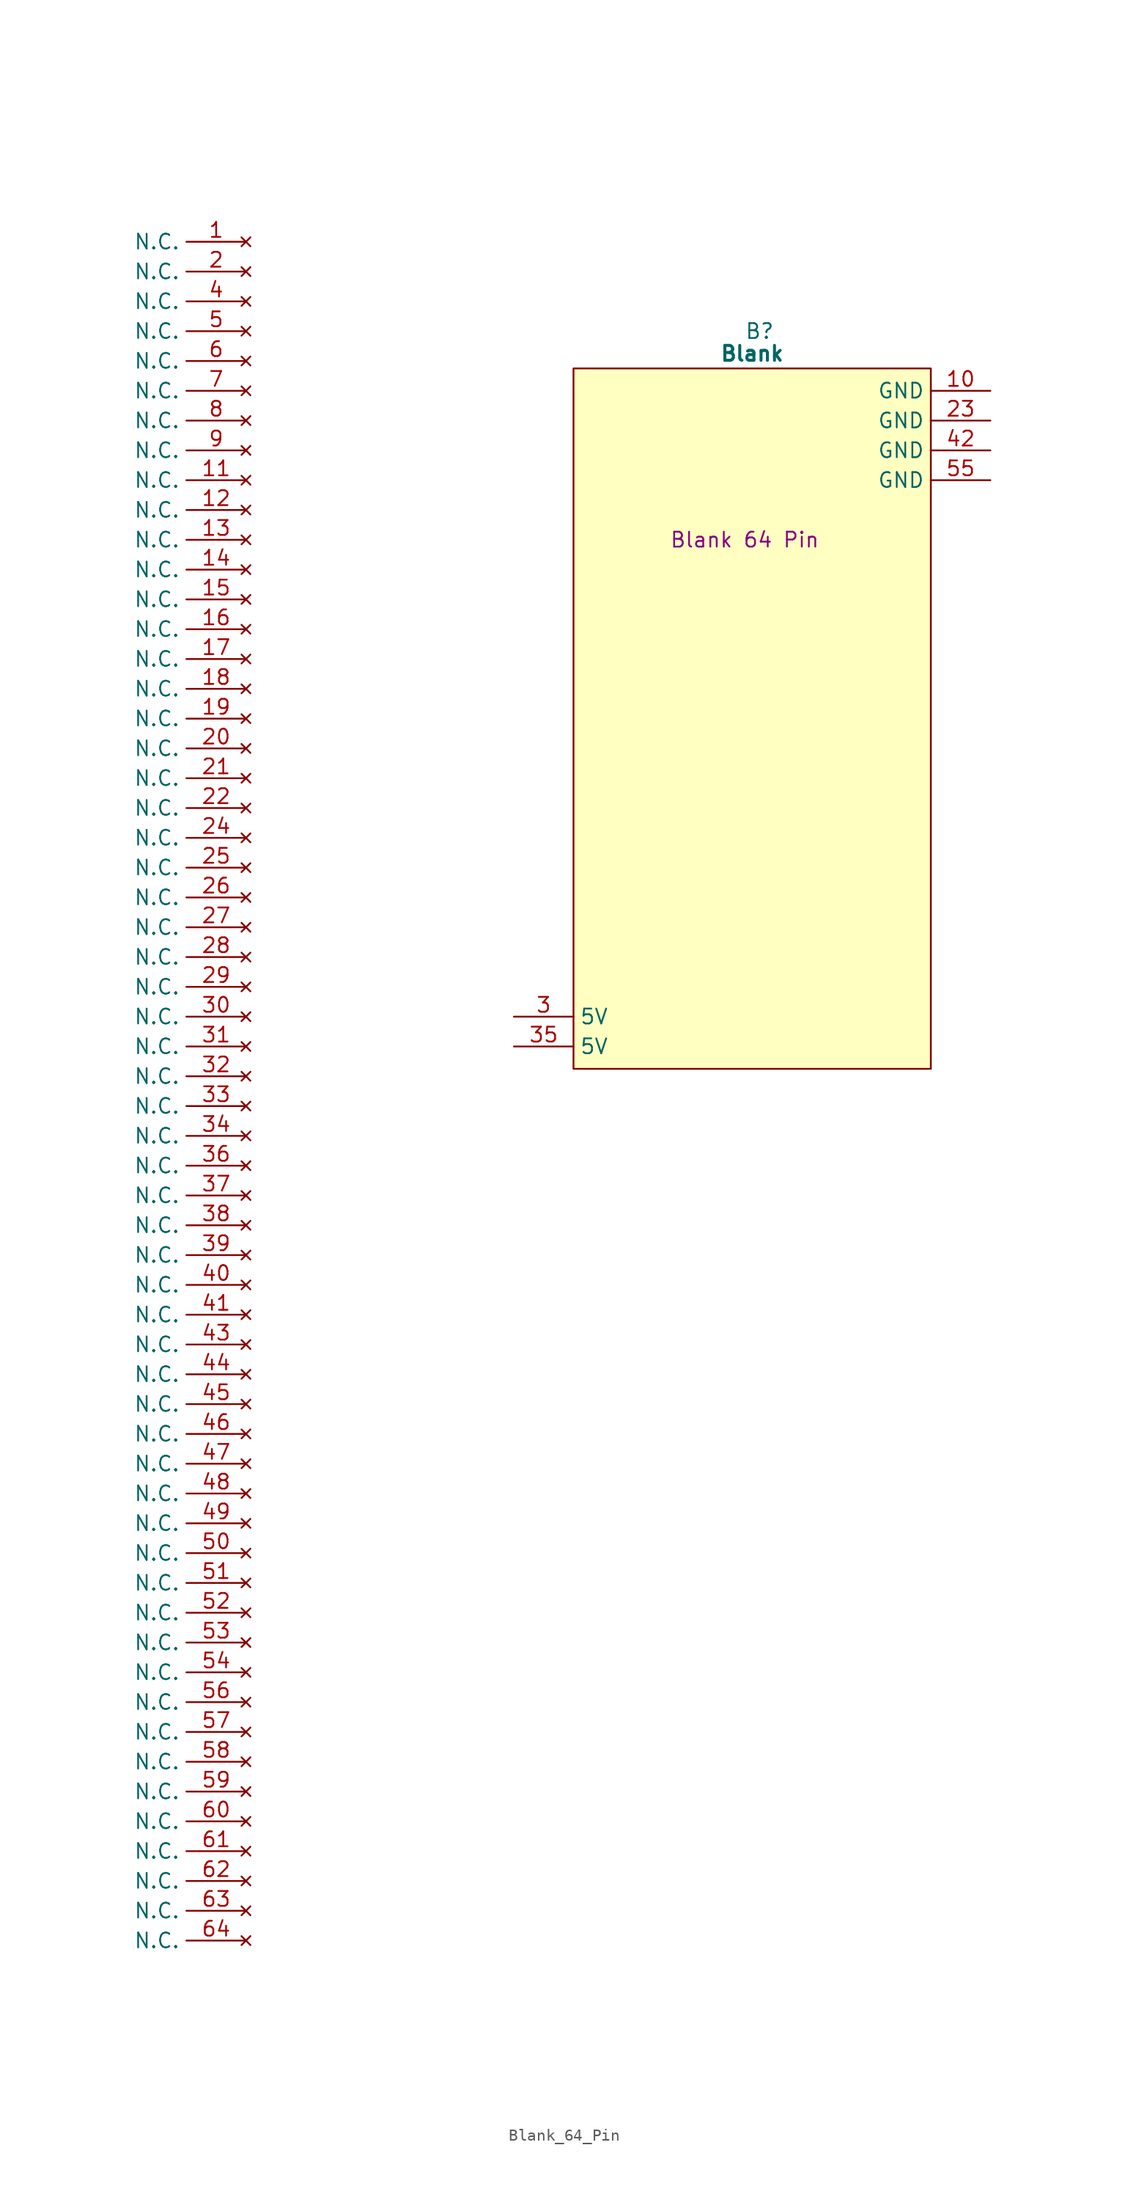
<source format=kicad_sym>
(kicad_symbol_lib
  (version 20241209)
  (generator "kicad_symbol_editor")
  (generator_version "9.0")
  (symbol "Blank_64_Pin"
    (property "Reference" "B"
      (at 15.875 5.08 0)
      (effects (font (size 1.27 1.27))))
    (property "Value" "Blank"
      (at 15.24 3.175 0)
      (effects (font (size 1.27 1.27) (bold yes))))
    (property "Description" "Blank 64 Pin"
      (at 14.605 -12.7 0)
      (effects (font (size 1.27 1.27))))
    (symbol "Blank_64_Pin_0_1"
      (polyline (pts (xy 0 1.905) (xy 30.48 1.905) (xy 30.48 -57.785) (xy 0 -57.785) (xy 0 1.905)) (stroke (width 0.152) (type default)) (fill (type background))))
    (symbol "Blank_64_Pin_1_0"
      (pin no_connect line (at -27.94 -58.42 180) (length 5.08) (name "N.C." (effects (font (size 1.27 1.27)))) (number "32" (effects (font (size 1.27 1.27)))))
      (pin no_connect line (at -27.94 -60.96 180) (length 5.08) (name "N.C." (effects (font (size 1.27 1.27)))) (number "33" (effects (font (size 1.27 1.27)))))
      (pin no_connect line (at -27.94 -63.5 180) (length 5.08) (name "N.C." (effects (font (size 1.27 1.27)))) (number "34" (effects (font (size 1.27 1.27)))))
      (pin no_connect line (at -27.94 -66.04 180) (length 5.08) (name "N.C." (effects (font (size 1.27 1.27)))) (number "36" (effects (font (size 1.27 1.27)))))
      (pin no_connect line (at -27.94 -68.58 180) (length 5.08) (name "N.C." (effects (font (size 1.27 1.27)))) (number "37" (effects (font (size 1.27 1.27)))))
      (pin no_connect line (at -27.94 -71.12 180) (length 5.08) (name "N.C." (effects (font (size 1.27 1.27)))) (number "38" (effects (font (size 1.27 1.27)))))
      (pin no_connect line (at -27.94 -73.66 180) (length 5.08) (name "N.C." (effects (font (size 1.27 1.27)))) (number "39" (effects (font (size 1.27 1.27)))))
      (pin no_connect line (at -27.94 -86.36 180) (length 5.08) (name "N.C." (effects (font (size 1.27 1.27)))) (number "45" (effects (font (size 1.27 1.27)))))
      (pin no_connect line (at -27.94 -109.22 180) (length 5.08) (name "N.C." (effects (font (size 1.27 1.27)))) (number "54" (effects (font (size 1.27 1.27)))))
      (pin no_connect line (at -27.94 -111.76 180) (length 5.08) (name "N.C." (effects (font (size 1.27 1.27)))) (number "56" (effects (font (size 1.27 1.27)))))
      (pin no_connect line (at -27.94 -114.3 180) (length 5.08) (name "N.C." (effects (font (size 1.27 1.27)))) (number "57" (effects (font (size 1.27 1.27)))))
      (pin no_connect line (at -27.94 -116.84 180) (length 5.08) (name "N.C." (effects (font (size 1.27 1.27)))) (number "58" (effects (font (size 1.27 1.27)))))
      (pin no_connect line (at -27.94 -119.38 180) (length 5.08) (name "N.C." (effects (font (size 1.27 1.27)))) (number "59" (effects (font (size 1.27 1.27)))))
      (pin no_connect line (at -27.94 -121.92 180) (length 5.08) (name "N.C." (effects (font (size 1.27 1.27)))) (number "60" (effects (font (size 1.27 1.27)))))
      (pin no_connect line (at -27.94 -124.46 180) (length 5.08) (name "N.C." (effects (font (size 1.27 1.27)))) (number "61" (effects (font (size 1.27 1.27))))))
    (symbol "Blank_64_Pin_1_1"
      (pin no_connect line (at -27.94 12.7 180) (length 5.08) (name "N.C." (effects (font (size 1.27 1.27)))) (number "1" (effects (font (size 1.27 1.27)))))
      (pin no_connect line (at -27.94 10.16 180) (length 5.08) (name "N.C." (effects (font (size 1.27 1.27)))) (number "2" (effects (font (size 1.27 1.27)))))
      (pin no_connect line (at -27.94 7.62 180) (length 5.08) (name "N.C." (effects (font (size 1.27 1.27)))) (number "4" (effects (font (size 1.27 1.27)))))
      (pin no_connect line (at -27.94 5.08 180) (length 5.08) (name "N.C." (effects (font (size 1.27 1.27)))) (number "5" (effects (font (size 1.27 1.27)))))
      (pin no_connect line (at -27.94 2.54 180) (length 5.08) (name "N.C." (effects (font (size 1.27 1.27)))) (number "6" (effects (font (size 1.27 1.27)))))
      (pin no_connect line (at -27.94 0 180) (length 5.08) (name "N.C." (effects (font (size 1.27 1.27)))) (number "7" (effects (font (size 1.27 1.27)))))
      (pin no_connect line (at -27.94 -2.54 180) (length 5.08) (name "N.C." (effects (font (size 1.27 1.27)))) (number "8" (effects (font (size 1.27 1.27)))))
      (pin no_connect line (at -27.94 -5.08 180) (length 5.08) (name "N.C." (effects (font (size 1.27 1.27)))) (number "9" (effects (font (size 1.27 1.27)))))
      (pin no_connect line (at -27.94 -7.62 180) (length 5.08) (name "N.C." (effects (font (size 1.27 1.27)))) (number "11" (effects (font (size 1.27 1.27)))))
      (pin no_connect line (at -27.94 -10.16 180) (length 5.08) (name "N.C." (effects (font (size 1.27 1.27)))) (number "12" (effects (font (size 1.27 1.27)))))
      (pin no_connect line (at -27.94 -12.7 180) (length 5.08) (name "N.C." (effects (font (size 1.27 1.27)))) (number "13" (effects (font (size 1.27 1.27)))))
      (pin no_connect line (at -27.94 -15.24 180) (length 5.08) (name "N.C." (effects (font (size 1.27 1.27)))) (number "14" (effects (font (size 1.27 1.27)))))
      (pin no_connect line (at -27.94 -17.78 180) (length 5.08) (name "N.C." (effects (font (size 1.27 1.27)))) (number "15" (effects (font (size 1.27 1.27)))))
      (pin no_connect line (at -27.94 -20.32 180) (length 5.08) (name "N.C." (effects (font (size 1.27 1.27)))) (number "16" (effects (font (size 1.27 1.27)))))
      (pin no_connect line (at -27.94 -22.86 180) (length 5.08) (name "N.C." (effects (font (size 1.27 1.27)))) (number "17" (effects (font (size 1.27 1.27)))))
      (pin no_connect line (at -27.94 -25.4 180) (length 5.08) (name "N.C." (effects (font (size 1.27 1.27)))) (number "18" (effects (font (size 1.27 1.27)))))
      (pin no_connect line (at -27.94 -27.94 180) (length 5.08) (name "N.C." (effects (font (size 1.27 1.27)))) (number "19" (effects (font (size 1.27 1.27)))))
      (pin no_connect line (at -27.94 -30.48 180) (length 5.08) (name "N.C." (effects (font (size 1.27 1.27)))) (number "20" (effects (font (size 1.27 1.27)))))
      (pin no_connect line (at -27.94 -33.02 180) (length 5.08) (name "N.C." (effects (font (size 1.27 1.27)))) (number "21" (effects (font (size 1.27 1.27)))))
      (pin no_connect line (at -27.94 -35.56 180) (length 5.08) (name "N.C." (effects (font (size 1.27 1.27)))) (number "22" (effects (font (size 1.27 1.27)))))
      (pin no_connect line (at -27.94 -38.1 180) (length 5.08) (name "N.C." (effects (font (size 1.27 1.27)))) (number "24" (effects (font (size 1.27 1.27)))))
      (pin no_connect line (at -27.94 -40.64 180) (length 5.08) (name "N.C." (effects (font (size 1.27 1.27)))) (number "25" (effects (font (size 1.27 1.27)))))
      (pin no_connect line (at -27.94 -43.18 180) (length 5.08) (name "N.C." (effects (font (size 1.27 1.27)))) (number "26" (effects (font (size 1.27 1.27)))))
      (pin no_connect line (at -27.94 -45.72 180) (length 5.08) (name "N.C." (effects (font (size 1.27 1.27)))) (number "27" (effects (font (size 1.27 1.27)))))
      (pin no_connect line (at -27.94 -48.26 180) (length 5.08) (name "N.C." (effects (font (size 1.27 1.27)))) (number "28" (effects (font (size 1.27 1.27)))))
      (pin no_connect line (at -27.94 -50.8 180) (length 5.08) (name "N.C." (effects (font (size 1.27 1.27)))) (number "29" (effects (font (size 1.27 1.27)))))
      (pin no_connect line (at -27.94 -53.34 180) (length 5.08) (name "N.C." (effects (font (size 1.27 1.27)))) (number "30" (effects (font (size 1.27 1.27)))))
      (pin no_connect line (at -27.94 -55.88 180) (length 5.08) (name "N.C." (effects (font (size 1.27 1.27)))) (number "31" (effects (font (size 1.27 1.27)))))
      (pin no_connect line (at -27.94 -76.2 180) (length 5.08) (name "N.C." (effects (font (size 1.27 1.27)))) (number "40" (effects (font (size 1.27 1.27)))))
      (pin no_connect line (at -27.94 -78.74 180) (length 5.08) (name "N.C." (effects (font (size 1.27 1.27)))) (number "41" (effects (font (size 1.27 1.27)))))
      (pin no_connect line (at -27.94 -81.28 180) (length 5.08) (name "N.C." (effects (font (size 1.27 1.27)))) (number "43" (effects (font (size 1.27 1.27)))))
      (pin no_connect line (at -27.94 -83.82 180) (length 5.08) (name "N.C." (effects (font (size 1.27 1.27)))) (number "44" (effects (font (size 1.27 1.27)))))
      (pin no_connect line (at -27.94 -88.9 180) (length 5.08) (name "N.C." (effects (font (size 1.27 1.27)))) (number "46" (effects (font (size 1.27 1.27)))))
      (pin no_connect line (at -27.94 -91.44 180) (length 5.08) (name "N.C." (effects (font (size 1.27 1.27)))) (number "47" (effects (font (size 1.27 1.27)))))
      (pin no_connect line (at -27.94 -93.98 180) (length 5.08) (name "N.C." (effects (font (size 1.27 1.27)))) (number "48" (effects (font (size 1.27 1.27)))))
      (pin no_connect line (at -27.94 -96.52 180) (length 5.08) (name "N.C." (effects (font (size 1.27 1.27)))) (number "49" (effects (font (size 1.27 1.27)))))
      (pin no_connect line (at -27.94 -99.06 180) (length 5.08) (name "N.C." (effects (font (size 1.27 1.27)))) (number "50" (effects (font (size 1.27 1.27)))))
      (pin no_connect line (at -27.94 -101.6 180) (length 5.08) (name "N.C." (effects (font (size 1.27 1.27)))) (number "51" (effects (font (size 1.27 1.27)))))
      (pin no_connect line (at -27.94 -104.14 180) (length 5.08) (name "N.C." (effects (font (size 1.27 1.27)))) (number "52" (effects (font (size 1.27 1.27)))))
      (pin no_connect line (at -27.94 -106.68 180) (length 5.08) (name "N.C." (effects (font (size 1.27 1.27)))) (number "53" (effects (font (size 1.27 1.27)))))
      (pin no_connect line (at -27.94 -127 180) (length 5.08) (name "N.C." (effects (font (size 1.27 1.27)))) (number "62" (effects (font (size 1.27 1.27)))))
      (pin no_connect line (at -27.94 -129.54 180) (length 5.08) (name "N.C." (effects (font (size 1.27 1.27)))) (number "63" (effects (font (size 1.27 1.27)))))
      (pin no_connect line (at -27.94 -132.08 180) (length 5.08) (name "N.C." (effects (font (size 1.27 1.27)))) (number "64" (effects (font (size 1.27 1.27)))))
      (pin passive line (at -5.08 -53.34 0) (length 5.08) (name "5V" (effects (font (size 1.27 1.27)))) (number "3" (effects (font (size 1.27 1.27)))))
      (pin passive line (at -5.08 -55.88 0) (length 5.08) (name "5V" (effects (font (size 1.27 1.27)))) (number "35" (effects (font (size 1.27 1.27)))))
      (pin passive line (at 35.56 0 180) (length 5.08) (name "GND" (effects (font (size 1.27 1.27)))) (number "10" (effects (font (size 1.27 1.27)))))
      (pin passive line (at 35.56 -2.54 180) (length 5.08) (name "GND" (effects (font (size 1.27 1.27)))) (number "23" (effects (font (size 1.27 1.27)))))
      (pin passive line (at 35.56 -5.08 180) (length 5.08) (name "GND" (effects (font (size 1.27 1.27)))) (number "42" (effects (font (size 1.27 1.27)))))
      (pin passive line (at 35.56 -7.62 180) (length 5.08) (name "GND" (effects (font (size 1.27 1.27)))) (number "55" (effects (font (size 1.27 1.27))))))))
</source>
